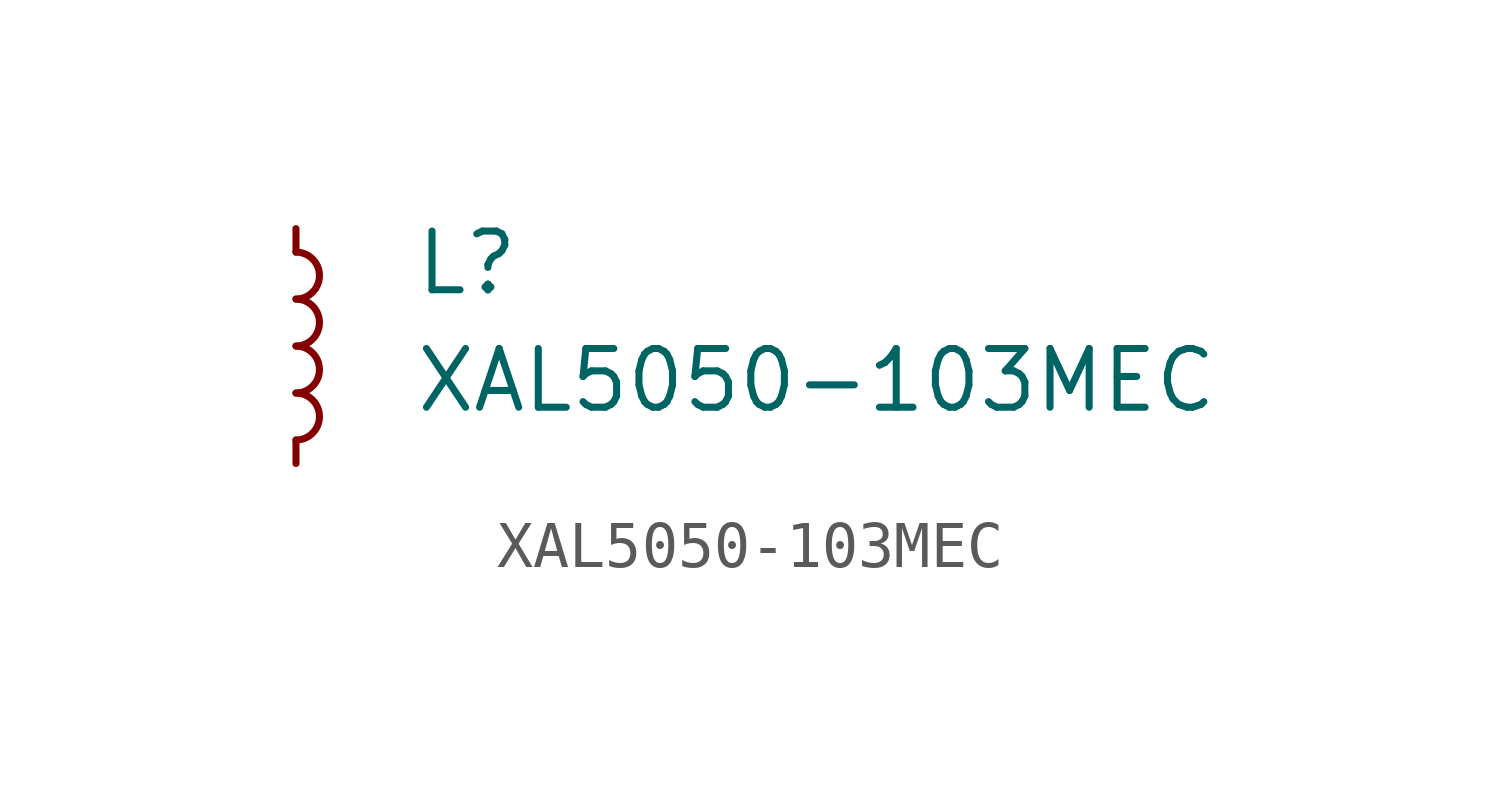
<source format=kicad_sym>
(kicad_symbol_lib
  (version 20220914)
  (generator kicad_symbol_editor)
  (symbol "XAL5050-103MEC"
    (pin_names hide)
    (property "Reference" "L"
      (at 2.54 2.54 0)
      (effects (font (size 1.27 1.27)) (justify left top)))
    (property "Value" "XAL5050-103MEC"
      (at 2.54 0 0)
      (effects (font (size 1.27 1.27)) (justify left top)))
    (symbol "XAL5050-103MEC_0_1"
      (arc (start 0 -2.032) (mid 0.5058 -1.524) (end 0 -1.016) (stroke (width 0) (type default)) (fill (type none)))
      (arc (start 0 -1.016) (mid 0.5058 -0.508) (end 0 0) (stroke (width 0) (type default)) (fill (type none)))
      (arc (start 0 0) (mid 0.5058 0.508) (end 0 1.016) (stroke (width 0) (type default)) (fill (type none)))
      (arc (start 0 1.016) (mid 0.5058 1.524) (end 0 2.032) (stroke (width 0) (type default)) (fill (type none))))
    (symbol "XAL5050-103MEC_1_1"
      (pin passive line (at 0 -2.54 90) (length 0.508) (name "~" (effects (font (size 1.27 1.27)))) (number "" (effects (font (size 1.27 1.27)))))
      (pin passive line (at 0 2.54 270) (length 0.508) (name "~" (effects (font (size 1.27 1.27)))) (number "" (effects (font (size 1.27 1.27))))))))
</source>
